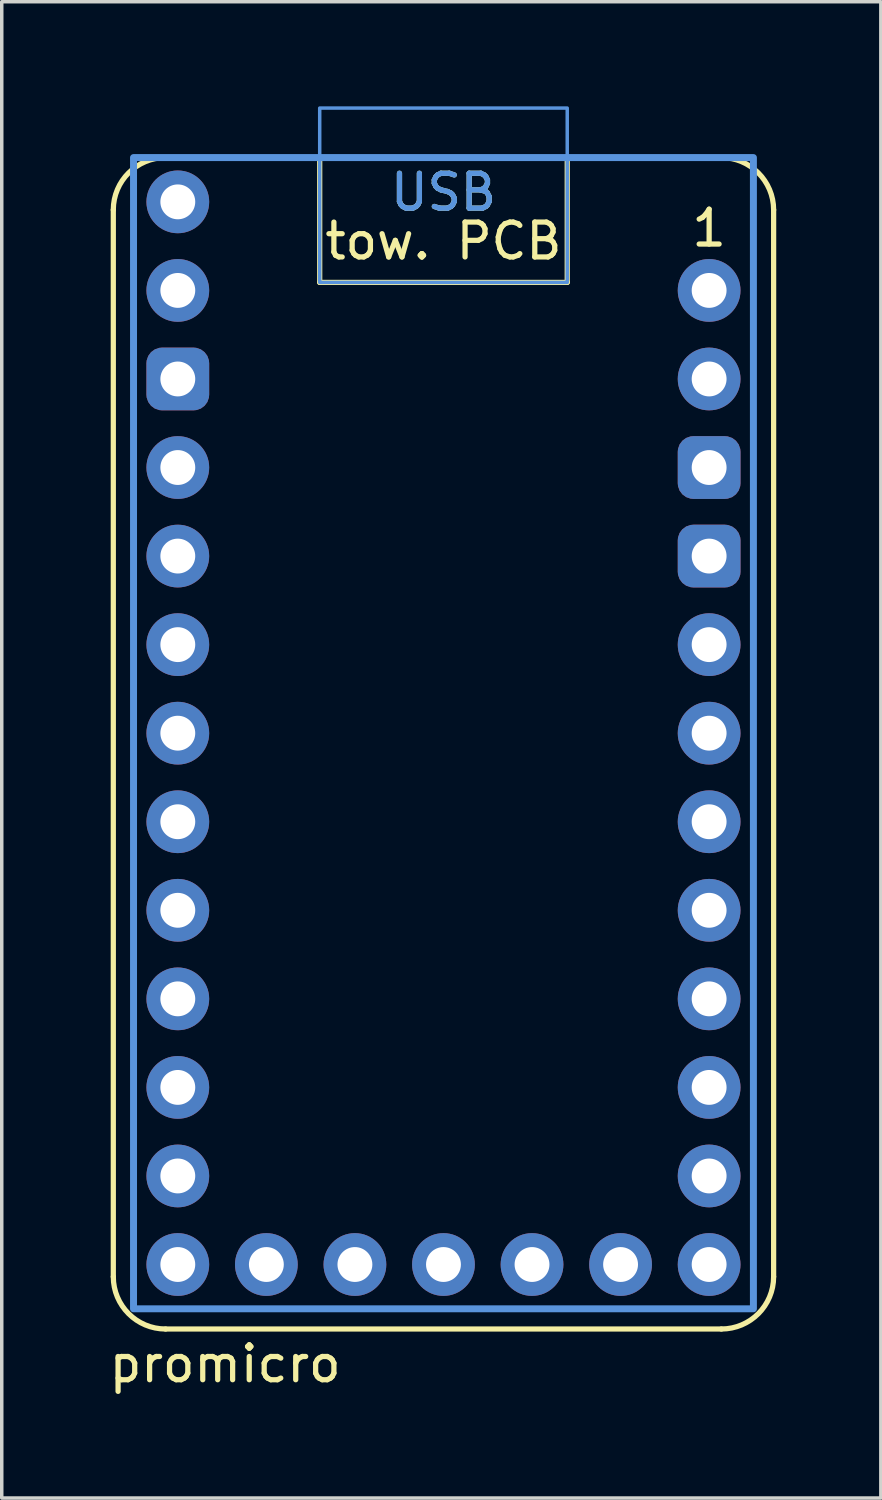
<source format=kicad_pcb>
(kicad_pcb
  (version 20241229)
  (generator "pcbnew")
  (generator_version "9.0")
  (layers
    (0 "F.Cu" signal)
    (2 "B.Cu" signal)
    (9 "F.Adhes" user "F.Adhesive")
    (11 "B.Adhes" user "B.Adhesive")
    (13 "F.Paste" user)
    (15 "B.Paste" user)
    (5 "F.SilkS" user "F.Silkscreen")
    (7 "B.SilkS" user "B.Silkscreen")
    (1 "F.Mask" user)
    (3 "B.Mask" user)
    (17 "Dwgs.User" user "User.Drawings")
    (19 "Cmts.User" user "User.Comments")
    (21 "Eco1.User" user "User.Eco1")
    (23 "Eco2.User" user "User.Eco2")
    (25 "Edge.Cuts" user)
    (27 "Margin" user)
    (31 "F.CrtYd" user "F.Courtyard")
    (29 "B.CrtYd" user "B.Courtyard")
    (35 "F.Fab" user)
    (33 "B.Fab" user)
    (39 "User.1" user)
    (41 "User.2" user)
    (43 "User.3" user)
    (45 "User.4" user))
  (footprint "promicro"
    (layer "F.Cu")
    (at 9.67 19.25)
    (property "Reference" "promicro" (at -9.67 16.82 0) (layer "F.SilkS") (effects (font (size 1 1) (thickness 0.15)) (justify left)))
    (attr through_hole exclude_from_pos_files exclude_from_bom)
    (fp_line (start -9.47 -16.28) (end -9.47 14.32) (stroke (width 0.15) (type default)) (layer "F.SilkS"))
    (fp_line (start -7.97 15.82) (end 7.97 15.82) (stroke (width 0.15) (type default)) (layer "F.SilkS"))
    (fp_line (start -3.55 -14.2) (end -3.55 -17.78) (stroke (width 0.15) (type default)) (layer "F.SilkS"))
    (fp_line (start 3.55 -14.2) (end -3.55 -14.2) (stroke (width 0.15) (type default)) (layer "F.SilkS"))
    (fp_line (start 3.55 -14.2) (end 3.55 -17.78) (stroke (width 0.15) (type default)) (layer "F.SilkS"))
    (fp_line (start 7.97 -17.78) (end -7.97 -17.78) (stroke (width 0.15) (type default)) (layer "F.SilkS"))
    (fp_line (start 9.47 14.32) (end 9.47 -16.28) (stroke (width 0.15) (type default)) (layer "F.SilkS"))
    (fp_arc (start -9.47 -16.28) (mid -9.03066 -17.34066) (end -7.97 -17.78) (stroke (width 0.15) (type default)) (layer "F.SilkS"))
    (fp_arc (start -7.97 15.82) (mid -9.03066 15.38066) (end -9.47 14.32) (stroke (width 0.15) (type default)) (layer "F.SilkS"))
    (fp_arc (start 7.97 -17.78) (mid 9.03066 -17.34066) (end 9.47 -16.28) (stroke (width 0.15) (type default)) (layer "F.SilkS"))
    (fp_arc (start 9.47 14.32) (mid 9.03066 15.38066) (end 7.97 15.82) (stroke (width 0.15) (type default)) (layer "F.SilkS"))
    (fp_rect (start -3.55 -19.2) (end 3.55 -14.2) (stroke (width 0.1) (type default)) (fill no) (layer "Cmts.User"))
    (fp_rect (start 8.89 -17.78) (end -8.89 15.24) (stroke (width 0.2) (type solid)) (fill no) (layer "Cmts.User"))
    (fp_text user "1" (at 7.62 -15.17 0) (layer "F.SilkS") (effects (font (size 1 1) (thickness 0.15)) (justify bottom)))
    (fp_text user "USB" (at 0 -16.2 0) (unlocked yes) (layer "F.SilkS") (effects (font (size 1 1) (thickness 0.15)) (justify bottom)))
    (fp_text user "tow. PCB" (at 0 -14.8 0) (unlocked yes) (layer "F.SilkS") (effects (font (size 1 1) (thickness 0.15)) (justify bottom)))
    (fp_text user "USB" (at 0 -16.2 0) (layer "Cmts.User") (effects (font (size 1 1) (thickness 0.15)) (justify bottom)))
    (pad "1" thru_hole circle (at 7.62 -13.97) (size 1.8 1.8) (drill 1) (layers "*.Cu" "B.Mask"))
    (pad "2" thru_hole circle (at 7.62 -11.43) (size 1.8 1.8) (drill 1) (layers "*.Cu" "B.Mask"))
    (pad "3" thru_hole roundrect (at 7.62 -8.89) (size 1.8 1.8) (drill 1) (layers "*.Cu" "B.Mask") (roundrect_rratio 0.25))
    (pad "4" thru_hole roundrect (at 7.62 -6.35) (size 1.8 1.8) (drill 1) (layers "*.Cu" "B.Mask") (roundrect_rratio 0.25))
    (pad "5" thru_hole circle (at 7.62 -3.81) (size 1.8 1.8) (drill 1) (layers "*.Cu" "B.Mask"))
    (pad "6" thru_hole circle (at 7.62 -1.27) (size 1.8 1.8) (drill 1) (layers "*.Cu" "B.Mask"))
    (pad "7" thru_hole circle (at 7.62 1.27) (size 1.8 1.8) (drill 1) (layers "*.Cu" "B.Mask"))
    (pad "8" thru_hole circle (at 7.62 3.81) (size 1.8 1.8) (drill 1) (layers "*.Cu" "B.Mask"))
    (pad "9" thru_hole circle (at 7.62 6.35) (size 1.8 1.8) (drill 1) (layers "*.Cu" "B.Mask"))
    (pad "10" thru_hole circle (at 7.62 8.89) (size 1.8 1.8) (drill 1) (layers "*.Cu" "B.Mask"))
    (pad "11" thru_hole circle (at 7.62 11.43) (size 1.8 1.8) (drill 1) (layers "*.Cu" "B.Mask"))
    (pad "12" thru_hole circle (at 7.62 13.97) (size 1.8 1.8) (drill 1) (layers "*.Cu" "B.Mask"))
    (pad "13" thru_hole circle (at -7.62 -13.97) (size 1.8 1.8) (drill 1) (layers "*.Cu" "B.Mask"))
    (pad "14" thru_hole roundrect (at -7.62 -11.43) (size 1.8 1.8) (drill 1) (layers "*.Cu" "B.Mask") (roundrect_rratio 0.25))
    (pad "15" thru_hole circle (at -7.62 -8.89) (size 1.8 1.8) (drill 1) (layers "*.Cu" "B.Mask"))
    (pad "16" thru_hole circle (at -7.62 -6.35) (size 1.8 1.8) (drill 1) (layers "*.Cu" "B.Mask"))
    (pad "17" thru_hole circle (at -7.62 -3.81) (size 1.8 1.8) (drill 1) (layers "*.Cu" "B.Mask"))
    (pad "18" thru_hole circle (at -7.62 -1.27) (size 1.8 1.8) (drill 1) (layers "*.Cu" "B.Mask"))
    (pad "19" thru_hole circle (at -7.62 1.27) (size 1.8 1.8) (drill 1) (layers "*.Cu" "B.Mask"))
    (pad "20" thru_hole circle (at -7.62 3.81) (size 1.8 1.8) (drill 1) (layers "*.Cu" "B.Mask"))
    (pad "21" thru_hole circle (at -7.62 6.35) (size 1.8 1.8) (drill 1) (layers "*.Cu" "B.Mask"))
    (pad "22" thru_hole circle (at -7.62 8.89) (size 1.8 1.8) (drill 1) (layers "*.Cu" "B.Mask"))
    (pad "23" thru_hole circle (at -7.62 11.43) (size 1.8 1.8) (drill 1) (layers "*.Cu" "B.Mask"))
    (pad "24" thru_hole circle (at -7.62 13.97) (size 1.8 1.8) (drill 1) (layers "*.Cu" "B.Mask"))
    (pad "25" thru_hole circle (at 5.08 13.97) (size 1.8 1.8) (drill 1) (layers "*.Cu" "B.Mask"))
    (pad "26" thru_hole circle (at 2.54 13.97) (size 1.8 1.8) (drill 1) (layers "*.Cu" "B.Mask"))
    (pad "27" thru_hole circle (at 0 13.97) (size 1.8 1.8) (drill 1) (layers "*.Cu" "B.Mask"))
    (pad "28" thru_hole circle (at -2.54 13.97) (size 1.8 1.8) (drill 1) (layers "*.Cu" "B.Mask"))
    (pad "29" thru_hole circle (at -5.08 13.97) (size 1.8 1.8) (drill 1) (layers "*.Cu" "B.Mask"))
    (pad "30" thru_hole circle (at -7.62 -16.51) (size 1.8 1.8) (drill 1) (layers "*.Cu" "*.Mask")))
  (gr_rect
    (start -3 -3)
    (end 22.215 39.918)
    (stroke (width 0.1) (type default))
    (fill no)
    (layer "Edge.Cuts")))
</source>
